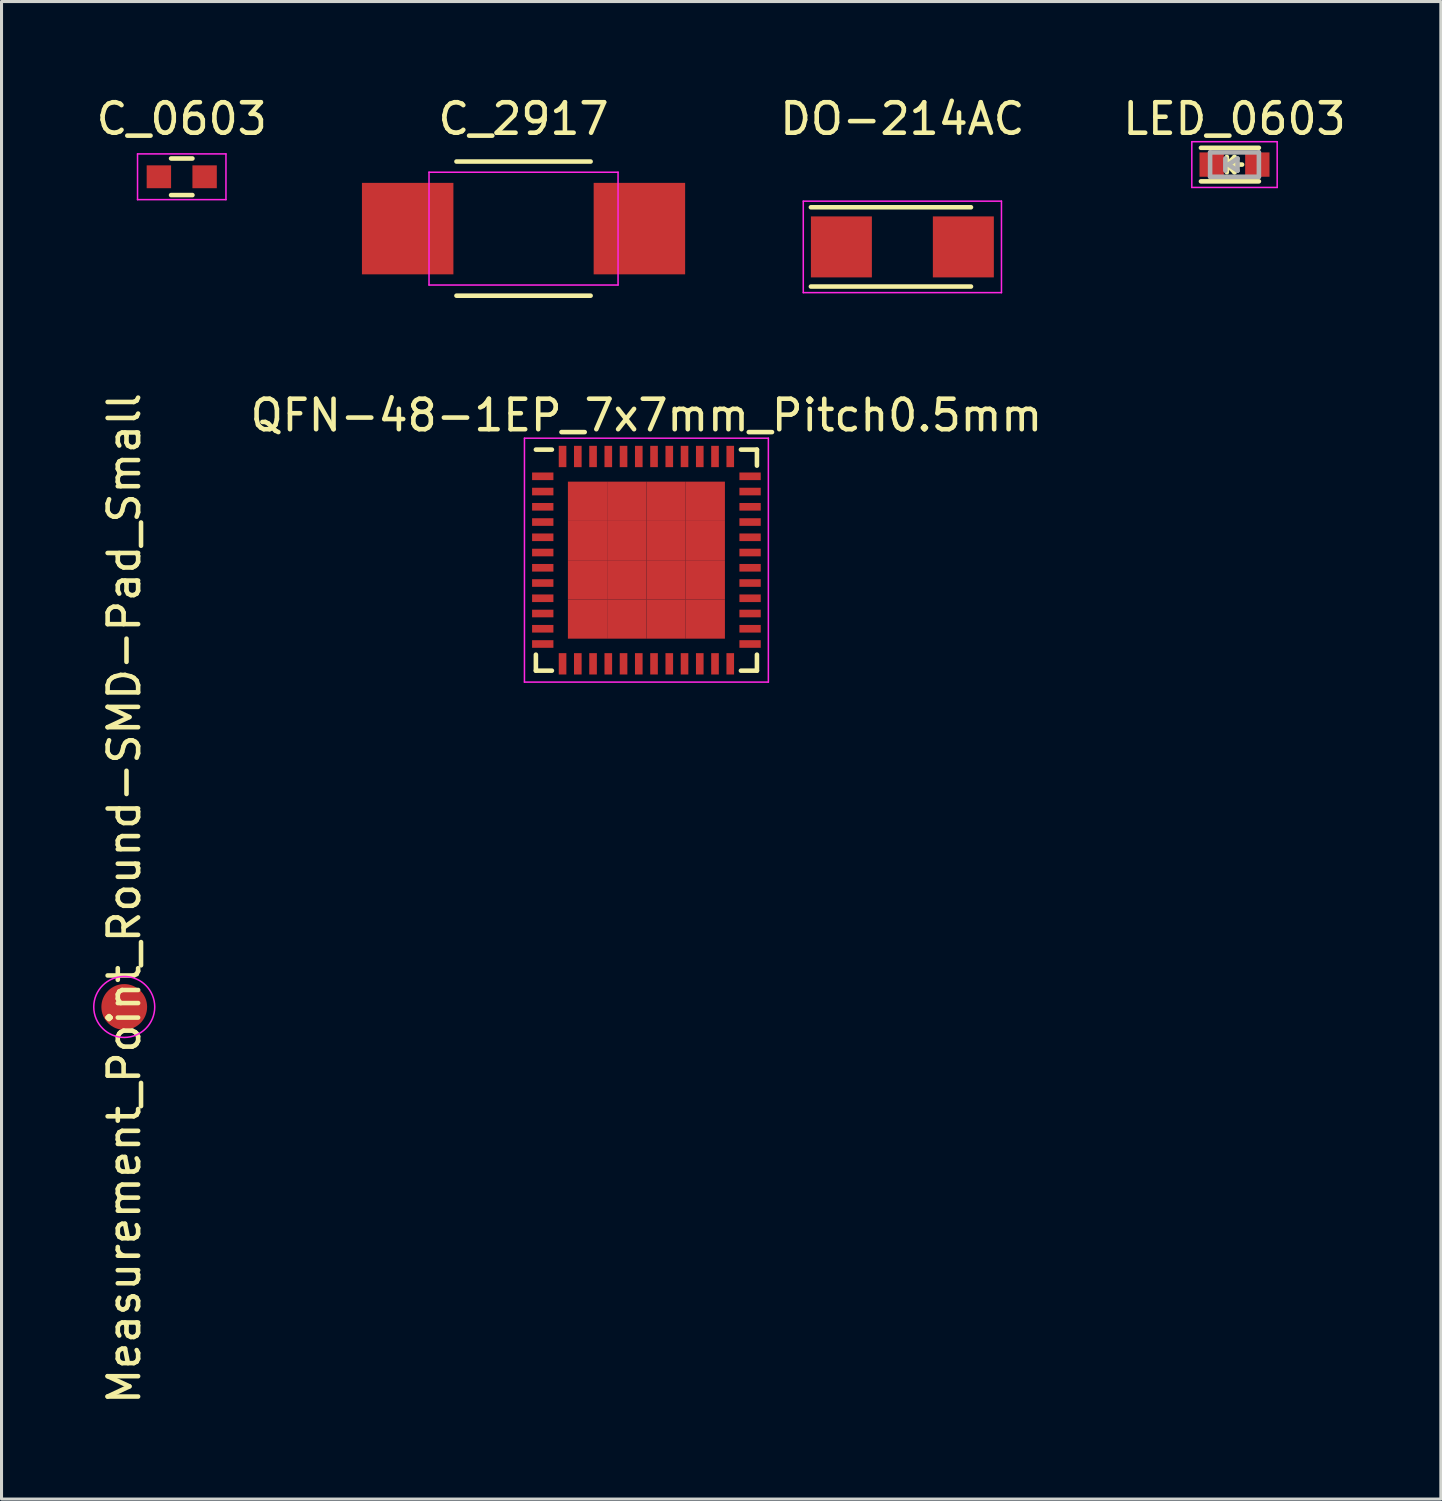
<source format=kicad_pcb>
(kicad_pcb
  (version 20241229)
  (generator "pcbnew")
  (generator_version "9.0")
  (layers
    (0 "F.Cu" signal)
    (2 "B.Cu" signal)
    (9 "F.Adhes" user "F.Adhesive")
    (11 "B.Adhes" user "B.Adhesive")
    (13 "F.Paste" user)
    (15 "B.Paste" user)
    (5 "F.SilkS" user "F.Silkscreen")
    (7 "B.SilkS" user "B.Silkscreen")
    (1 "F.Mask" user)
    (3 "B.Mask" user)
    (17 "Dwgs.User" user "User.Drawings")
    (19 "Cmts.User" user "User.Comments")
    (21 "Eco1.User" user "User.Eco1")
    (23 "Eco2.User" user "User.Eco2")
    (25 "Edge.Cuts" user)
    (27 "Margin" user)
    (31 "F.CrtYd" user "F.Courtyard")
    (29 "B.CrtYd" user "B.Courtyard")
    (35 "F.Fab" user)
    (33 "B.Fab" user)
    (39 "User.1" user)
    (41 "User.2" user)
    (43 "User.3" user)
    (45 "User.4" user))
  (footprint "QFN-48-1EP_7x7mm_Pitch0.5mm"
    (layer "F.Cu")
    (at 18.151 15.322)
    (property "Reference" "QFN-48-1EP_7x7mm_Pitch0.5mm" (at 0 -4.75 0) (layer "F.SilkS") (effects (font (size 1 1) (thickness 0.15))))
    (attr smd)
    (fp_line (start -3.625 -3.625) (end -3.1 -3.625) (stroke (width 0.15) (type solid)) (layer "F.SilkS"))
    (fp_line (start -3.625 3.625) (end -3.625 3.1) (stroke (width 0.15) (type solid)) (layer "F.SilkS"))
    (fp_line (start -3.625 3.625) (end -3.1 3.625) (stroke (width 0.15) (type solid)) (layer "F.SilkS"))
    (fp_line (start 3.625 -3.625) (end 3.1 -3.625) (stroke (width 0.15) (type solid)) (layer "F.SilkS"))
    (fp_line (start 3.625 -3.625) (end 3.625 -3.1) (stroke (width 0.15) (type solid)) (layer "F.SilkS"))
    (fp_line (start 3.625 3.625) (end 3.1 3.625) (stroke (width 0.15) (type solid)) (layer "F.SilkS"))
    (fp_line (start 3.625 3.625) (end 3.625 3.1) (stroke (width 0.15) (type solid)) (layer "F.SilkS"))
    (fp_line (start -4 -4) (end -4 4) (stroke (width 0.05) (type solid)) (layer "F.CrtYd"))
    (fp_line (start -4 -4) (end 4 -4) (stroke (width 0.05) (type solid)) (layer "F.CrtYd"))
    (fp_line (start -4 4) (end 4 4) (stroke (width 0.05) (type solid)) (layer "F.CrtYd"))
    (fp_line (start 4 -4) (end 4 4) (stroke (width 0.05) (type solid)) (layer "F.CrtYd"))
    (pad "1" smd rect (at -3.4 -2.75) (size 0.7 0.25) (layers "F.Cu" "F.Mask" "F.Paste"))
    (pad "2" smd rect (at -3.4 -2.25) (size 0.7 0.25) (layers "F.Cu" "F.Mask" "F.Paste"))
    (pad "3" smd rect (at -3.4 -1.75) (size 0.7 0.25) (layers "F.Cu" "F.Mask" "F.Paste"))
    (pad "4" smd rect (at -3.4 -1.25) (size 0.7 0.25) (layers "F.Cu" "F.Mask" "F.Paste"))
    (pad "5" smd rect (at -3.4 -0.75) (size 0.7 0.25) (layers "F.Cu" "F.Mask" "F.Paste"))
    (pad "6" smd rect (at -3.4 -0.25) (size 0.7 0.25) (layers "F.Cu" "F.Mask" "F.Paste"))
    (pad "7" smd rect (at -3.4 0.25) (size 0.7 0.25) (layers "F.Cu" "F.Mask" "F.Paste"))
    (pad "8" smd rect (at -3.4 0.75) (size 0.7 0.25) (layers "F.Cu" "F.Mask" "F.Paste"))
    (pad "9" smd rect (at -3.4 1.25) (size 0.7 0.25) (layers "F.Cu" "F.Mask" "F.Paste"))
    (pad "10" smd rect (at -3.4 1.75) (size 0.7 0.25) (layers "F.Cu" "F.Mask" "F.Paste"))
    (pad "11" smd rect (at -3.4 2.25) (size 0.7 0.25) (layers "F.Cu" "F.Mask" "F.Paste"))
    (pad "12" smd rect (at -3.4 2.75) (size 0.7 0.25) (layers "F.Cu" "F.Mask" "F.Paste"))
    (pad "13" smd rect (at -2.75 3.4 90) (size 0.7 0.25) (layers "F.Cu" "F.Mask" "F.Paste"))
    (pad "14" smd rect (at -2.25 3.4 90) (size 0.7 0.25) (layers "F.Cu" "F.Mask" "F.Paste"))
    (pad "15" smd rect (at -1.75 3.4 90) (size 0.7 0.25) (layers "F.Cu" "F.Mask" "F.Paste"))
    (pad "16" smd rect (at -1.25 3.4 90) (size 0.7 0.25) (layers "F.Cu" "F.Mask" "F.Paste"))
    (pad "17" smd rect (at -0.75 3.4 90) (size 0.7 0.25) (layers "F.Cu" "F.Mask" "F.Paste"))
    (pad "18" smd rect (at -0.25 3.4 90) (size 0.7 0.25) (layers "F.Cu" "F.Mask" "F.Paste"))
    (pad "19" smd rect (at 0.25 3.4 90) (size 0.7 0.25) (layers "F.Cu" "F.Mask" "F.Paste"))
    (pad "20" smd rect (at 0.75 3.4 90) (size 0.7 0.25) (layers "F.Cu" "F.Mask" "F.Paste"))
    (pad "21" smd rect (at 1.25 3.4 90) (size 0.7 0.25) (layers "F.Cu" "F.Mask" "F.Paste"))
    (pad "22" smd rect (at 1.75 3.4 90) (size 0.7 0.25) (layers "F.Cu" "F.Mask" "F.Paste"))
    (pad "23" smd rect (at 2.25 3.4 90) (size 0.7 0.25) (layers "F.Cu" "F.Mask" "F.Paste"))
    (pad "24" smd rect (at 2.75 3.4 90) (size 0.7 0.25) (layers "F.Cu" "F.Mask" "F.Paste"))
    (pad "25" smd rect (at 3.4 2.75) (size 0.7 0.25) (layers "F.Cu" "F.Mask" "F.Paste"))
    (pad "26" smd rect (at 3.4 2.25) (size 0.7 0.25) (layers "F.Cu" "F.Mask" "F.Paste"))
    (pad "27" smd rect (at 3.4 1.75) (size 0.7 0.25) (layers "F.Cu" "F.Mask" "F.Paste"))
    (pad "28" smd rect (at 3.4 1.25) (size 0.7 0.25) (layers "F.Cu" "F.Mask" "F.Paste"))
    (pad "29" smd rect (at 3.4 0.75) (size 0.7 0.25) (layers "F.Cu" "F.Mask" "F.Paste"))
    (pad "30" smd rect (at 3.4 0.25) (size 0.7 0.25) (layers "F.Cu" "F.Mask" "F.Paste"))
    (pad "31" smd rect (at 3.4 -0.25) (size 0.7 0.25) (layers "F.Cu" "F.Mask" "F.Paste"))
    (pad "32" smd rect (at 3.4 -0.75) (size 0.7 0.25) (layers "F.Cu" "F.Mask" "F.Paste"))
    (pad "33" smd rect (at 3.4 -1.25) (size 0.7 0.25) (layers "F.Cu" "F.Mask" "F.Paste"))
    (pad "34" smd rect (at 3.4 -1.75) (size 0.7 0.25) (layers "F.Cu" "F.Mask" "F.Paste"))
    (pad "35" smd rect (at 3.4 -2.25) (size 0.7 0.25) (layers "F.Cu" "F.Mask" "F.Paste"))
    (pad "36" smd rect (at 3.4 -2.75) (size 0.7 0.25) (layers "F.Cu" "F.Mask" "F.Paste"))
    (pad "37" smd rect (at 2.75 -3.4 90) (size 0.7 0.25) (layers "F.Cu" "F.Mask" "F.Paste"))
    (pad "38" smd rect (at 2.25 -3.4 90) (size 0.7 0.25) (layers "F.Cu" "F.Mask" "F.Paste"))
    (pad "39" smd rect (at 1.75 -3.4 90) (size 0.7 0.25) (layers "F.Cu" "F.Mask" "F.Paste"))
    (pad "40" smd rect (at 1.25 -3.4 90) (size 0.7 0.25) (layers "F.Cu" "F.Mask" "F.Paste"))
    (pad "41" smd rect (at 0.75 -3.4 90) (size 0.7 0.25) (layers "F.Cu" "F.Mask" "F.Paste"))
    (pad "42" smd rect (at 0.25 -3.4 90) (size 0.7 0.25) (layers "F.Cu" "F.Mask" "F.Paste"))
    (pad "43" smd rect (at -0.25 -3.4 90) (size 0.7 0.25) (layers "F.Cu" "F.Mask" "F.Paste"))
    (pad "44" smd rect (at -0.75 -3.4 90) (size 0.7 0.25) (layers "F.Cu" "F.Mask" "F.Paste"))
    (pad "45" smd rect (at -1.25 -3.4 90) (size 0.7 0.25) (layers "F.Cu" "F.Mask" "F.Paste"))
    (pad "46" smd rect (at -1.75 -3.4 90) (size 0.7 0.25) (layers "F.Cu" "F.Mask" "F.Paste"))
    (pad "47" smd rect (at -2.25 -3.4 90) (size 0.7 0.25) (layers "F.Cu" "F.Mask" "F.Paste"))
    (pad "48" smd rect (at -2.75 -3.4 90) (size 0.7 0.25) (layers "F.Cu" "F.Mask" "F.Paste"))
    (pad "49" smd rect (at -1.931 -1.931) (size 1.288 1.288) (layers "F.Cu" "F.Mask" "F.Paste"))
    (pad "49" smd rect (at -1.931 -0.644) (size 1.288 1.288) (layers "F.Cu" "F.Mask" "F.Paste"))
    (pad "49" smd rect (at -1.931 0.644) (size 1.288 1.288) (layers "F.Cu" "F.Mask" "F.Paste"))
    (pad "49" smd rect (at -1.931 1.931) (size 1.288 1.288) (layers "F.Cu" "F.Mask" "F.Paste"))
    (pad "49" smd rect (at -0.644 -1.931) (size 1.288 1.288) (layers "F.Cu" "F.Mask" "F.Paste"))
    (pad "49" smd rect (at -0.644 -0.644) (size 1.288 1.288) (layers "F.Cu" "F.Mask" "F.Paste"))
    (pad "49" smd rect (at -0.644 0.644) (size 1.288 1.288) (layers "F.Cu" "F.Mask" "F.Paste"))
    (pad "49" smd rect (at -0.644 1.931) (size 1.288 1.288) (layers "F.Cu" "F.Mask" "F.Paste"))
    (pad "49" smd rect (at 0.644 -1.931) (size 1.288 1.288) (layers "F.Cu" "F.Mask" "F.Paste"))
    (pad "49" smd rect (at 0.644 -0.644) (size 1.288 1.288) (layers "F.Cu" "F.Mask" "F.Paste"))
    (pad "49" smd rect (at 0.644 0.644) (size 1.288 1.288) (layers "F.Cu" "F.Mask" "F.Paste"))
    (pad "49" smd rect (at 0.644 1.931) (size 1.288 1.288) (layers "F.Cu" "F.Mask" "F.Paste"))
    (pad "49" smd rect (at 1.931 -1.931) (size 1.288 1.288) (layers "F.Cu" "F.Mask" "F.Paste"))
    (pad "49" smd rect (at 1.931 -0.644) (size 1.288 1.288) (layers "F.Cu" "F.Mask" "F.Paste"))
    (pad "49" smd rect (at 1.931 0.644) (size 1.288 1.288) (layers "F.Cu" "F.Mask" "F.Paste"))
    (pad "49" smd rect (at 1.931 1.931) (size 1.288 1.288) (layers "F.Cu" "F.Mask" "F.Paste")))
  (footprint "DO-214AC"
    (layer "F.Cu")
    (at 26.546 5.048)
    (property "Reference" "DO-214AC" (at 0 -4.2 0) (layer "F.SilkS") (effects (font (size 1 1) (thickness 0.15))))
    (attr smd)
    (fp_line (start -3 -1.3) (end 2.25 -1.3) (stroke (width 0.15) (type solid)) (layer "F.SilkS"))
    (fp_line (start 2.25 1.3) (end -3 1.3) (stroke (width 0.15) (type solid)) (layer "F.SilkS"))
    (fp_line (start -3.25 -1.5) (end -3.25 1.5) (stroke (width 0.05) (type solid)) (layer "F.CrtYd"))
    (fp_line (start -3.25 -1.5) (end 3.25 -1.5) (stroke (width 0.05) (type solid)) (layer "F.CrtYd"))
    (fp_line (start 3.25 -1.5) (end 3.25 1.5) (stroke (width 0.05) (type solid)) (layer "F.CrtYd"))
    (fp_line (start 3.25 1.5) (end -3.25 1.5) (stroke (width 0.05) (type solid)) (layer "F.CrtYd"))
    (pad "1" smd rect (at -2 0) (size 2 2) (layers "F.Cu" "F.Mask" "F.Paste"))
    (pad "2" smd rect (at 2 0) (size 2 2) (layers "F.Cu" "F.Mask" "F.Paste")))
  (footprint "Measurement_Point_Round-SMD-Pad_Small"
    (layer "F.Cu")
    (at 1.025 29.976)
    (property "Reference" "Measurement_Point_Round-SMD-Pad_Small" (at 0 -3.556 270) (layer "F.SilkS") (effects (font (size 1 1) (thickness 0.15))))
    (attr exclude_from_pos_files exclude_from_bom)
    (fp_circle (center 0 0) (end 1 0) (stroke (width 0.05) (type solid)) (fill no) (layer "F.CrtYd"))
    (pad "1" smd circle (at 0 0) (size 1.5 1.5) (layers "F.Cu" "F.Mask")))
  (footprint "LED_0603"
    (layer "F.Cu")
    (at 37.439 2.348)
    (property "Reference" "LED_0603" (at 0 -1.5 0) (layer "F.SilkS") (effects (font (size 1 1) (thickness 0.15))))
    (attr smd)
    (fp_line (start -1.1 -0.55) (end 0.8 -0.55) (stroke (width 0.15) (type solid)) (layer "F.SilkS"))
    (fp_line (start -1.1 0.55) (end 0.8 0.55) (stroke (width 0.15) (type solid)) (layer "F.SilkS"))
    (fp_line (start -0.25 -0.25) (end -0.25 0.25) (stroke (width 0.15) (type solid)) (layer "F.SilkS"))
    (fp_line (start -0.25 0) (end 0 -0.25) (stroke (width 0.15) (type solid)) (layer "F.SilkS"))
    (fp_line (start -0.2 0) (end 0.25 0) (stroke (width 0.15) (type solid)) (layer "F.SilkS"))
    (fp_line (start 0 -0.25) (end 0 0.25) (stroke (width 0.15) (type solid)) (layer "F.SilkS"))
    (fp_line (start 0 0.25) (end -0.25 0) (stroke (width 0.15) (type solid)) (layer "F.SilkS"))
    (fp_line (start -1.4 -0.75) (end 1.4 -0.75) (stroke (width 0.05) (type solid)) (layer "F.CrtYd"))
    (fp_line (start -1.4 0.75) (end -1.4 -0.75) (stroke (width 0.05) (type solid)) (layer "F.CrtYd"))
    (fp_line (start 1.4 -0.75) (end 1.4 0.75) (stroke (width 0.05) (type solid)) (layer "F.CrtYd"))
    (fp_line (start 1.4 0.75) (end -1.4 0.75) (stroke (width 0.05) (type solid)) (layer "F.CrtYd"))
    (fp_line (start -0.8 -0.4) (end 0.8 -0.4) (stroke (width 0.15) (type solid)) (layer "F.Fab"))
    (fp_line (start -0.8 0.4) (end -0.8 -0.4) (stroke (width 0.15) (type solid)) (layer "F.Fab"))
    (fp_line (start -0.3 -0.2) (end -0.3 0.2) (stroke (width 0.15) (type solid)) (layer "F.Fab"))
    (fp_line (start -0.2 0) (end 0.1 -0.2) (stroke (width 0.15) (type solid)) (layer "F.Fab"))
    (fp_line (start 0.1 -0.2) (end 0.1 0.2) (stroke (width 0.15) (type solid)) (layer "F.Fab"))
    (fp_line (start 0.1 0.2) (end -0.2 0) (stroke (width 0.15) (type solid)) (layer "F.Fab"))
    (fp_line (start 0.8 -0.4) (end 0.8 0.4) (stroke (width 0.15) (type solid)) (layer "F.Fab"))
    (fp_line (start 0.8 0.4) (end -0.8 0.4) (stroke (width 0.15) (type solid)) (layer "F.Fab"))
    (pad "1" smd rect (at -0.749 0 180) (size 0.798 0.798) (layers "F.Cu" "F.Mask" "F.Paste"))
    (pad "2" smd rect (at 0.749 0 180) (size 0.798 0.798) (layers "F.Cu" "F.Mask" "F.Paste")))
  (footprint "C_2917"
    (layer "F.Cu")
    (at 14.121 4.448)
    (property "Reference" "C_2917" (at 0 -3.6 0) (layer "F.SilkS") (effects (font (size 1 1) (thickness 0.15))))
    (attr smd)
    (fp_line (start -2.2 2.2) (end 2.2 2.2) (stroke (width 0.15) (type solid)) (layer "F.SilkS"))
    (fp_line (start 2.2 -2.2) (end -2.2 -2.2) (stroke (width 0.15) (type solid)) (layer "F.SilkS"))
    (fp_line (start -3.1 -1.85) (end -3.1 1.85) (stroke (width 0.05) (type solid)) (layer "F.CrtYd"))
    (fp_line (start -3.1 -1.85) (end 3.1 -1.85) (stroke (width 0.05) (type solid)) (layer "F.CrtYd"))
    (fp_line (start -3.1 1.85) (end 3.1 1.85) (stroke (width 0.05) (type solid)) (layer "F.CrtYd"))
    (fp_line (start 3.1 -1.85) (end 3.1 1.85) (stroke (width 0.05) (type solid)) (layer "F.CrtYd"))
    (pad "1" smd rect (at -3.8 0) (size 3 3) (layers "F.Cu" "F.Mask" "F.Paste"))
    (pad "2" smd rect (at 3.8 0) (size 3 3) (layers "F.Cu" "F.Mask" "F.Paste")))
  (footprint "C_0603"
    (layer "F.Cu")
    (at 2.911 2.748)
    (property "Reference" "C_0603" (at 0 -1.9 0) (layer "F.SilkS") (effects (font (size 1 1) (thickness 0.15))))
    (attr smd)
    (fp_line (start -0.35 -0.6) (end 0.35 -0.6) (stroke (width 0.15) (type solid)) (layer "F.SilkS"))
    (fp_line (start 0.35 0.6) (end -0.35 0.6) (stroke (width 0.15) (type solid)) (layer "F.SilkS"))
    (fp_line (start -1.45 -0.75) (end -1.45 0.75) (stroke (width 0.05) (type solid)) (layer "F.CrtYd"))
    (fp_line (start -1.45 -0.75) (end 1.45 -0.75) (stroke (width 0.05) (type solid)) (layer "F.CrtYd"))
    (fp_line (start -1.45 0.75) (end 1.45 0.75) (stroke (width 0.05) (type solid)) (layer "F.CrtYd"))
    (fp_line (start 1.45 -0.75) (end 1.45 0.75) (stroke (width 0.05) (type solid)) (layer "F.CrtYd"))
    (pad "1" smd rect (at -0.75 0) (size 0.8 0.75) (layers "F.Cu" "F.Mask" "F.Paste"))
    (pad "2" smd rect (at 0.75 0) (size 0.8 0.75) (layers "F.Cu" "F.Mask" "F.Paste")))
  (gr_rect
    (start -3 -3)
    (end 44.207 46.116)
    (stroke (width 0.1) (type default))
    (fill no)
    (layer "Edge.Cuts")))
</source>
